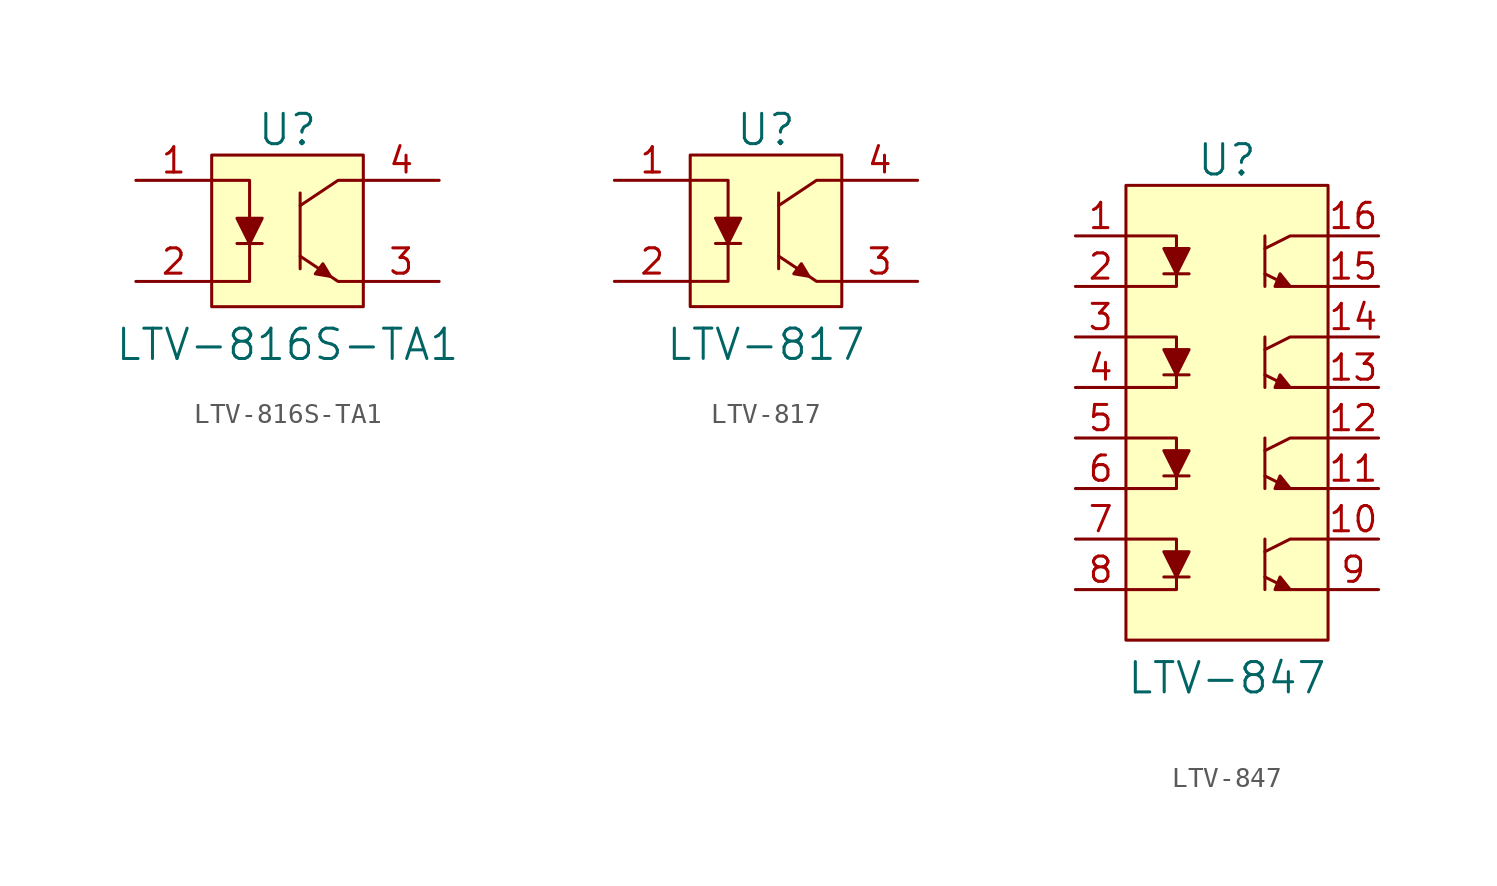
<source format=kicad_sym>
(kicad_symbol_lib
  (version 20231120)
  (generator "kicad_symbol_editor")
  (generator_version "8.0")
  (symbol "LTV-816S-TA1"
    (pin_names
      (offset 1.016))
    (property "Reference" "U"
      (at 0 5.08 0)
      (effects (font (size 1.524 1.524))))
    (property "Value" "LTV-816S-TA1"
      (at 0 -5.715 0)
      (effects (font (size 1.524 1.524))))
    (symbol "LTV-816S-TA1_0_1"
      (rectangle (start -3.81 3.81) (end 3.81 -3.81) (stroke (width 0) (type default)) (fill (type background)))
      (polyline (pts (xy -2.54 -0.635) (xy -1.27 -0.635)) (stroke (width 0) (type default)) (fill (type none)))
      (polyline (pts (xy 0.635 1.905) (xy 0.635 -1.905)) (stroke (width 0) (type default)) (fill (type none)))
      (polyline (pts (xy -3.81 -2.54) (xy -1.905 -2.54) (xy -1.905 -0.635)) (stroke (width 0) (type default)) (fill (type none)))
      (polyline (pts (xy -3.81 2.54) (xy -1.905 2.54) (xy -1.905 0.635)) (stroke (width 0) (type default)) (fill (type none)))
      (polyline (pts (xy 0.635 -1.27) (xy 2.54 -2.54) (xy 3.81 -2.54)) (stroke (width 0) (type default)) (fill (type none)))
      (polyline (pts (xy 0.635 1.27) (xy 2.54 2.54) (xy 3.81 2.54)) (stroke (width 0) (type default)) (fill (type none)))
      (polyline (pts (xy -2.54 0.635) (xy -1.27 0.635) (xy -1.905 -0.635) (xy -2.54 0.635)) (stroke (width 0) (type default)) (fill (type outline)))
      (polyline (pts (xy 2.159 -2.286) (xy 1.778 -1.651) (xy 1.397 -2.159) (xy 2.159 -2.286)) (stroke (width 0) (type default)) (fill (type outline))))
    (symbol "LTV-816S-TA1_1_1"
      (pin passive line (at -7.62 2.54 0) (length 3.81) (name "~" (effects (font (size 1.27 1.27)))) (number "1" (effects (font (size 1.27 1.27)))))
      (pin passive line (at -7.62 -2.54 0) (length 3.81) (name "~" (effects (font (size 1.27 1.27)))) (number "2" (effects (font (size 1.27 1.27)))))
      (pin passive line (at 7.62 -2.54 180) (length 3.81) (name "~" (effects (font (size 1.27 1.27)))) (number "3" (effects (font (size 1.27 1.27)))))
      (pin passive line (at 7.62 2.54 180) (length 3.81) (name "~" (effects (font (size 1.27 1.27)))) (number "4" (effects (font (size 1.27 1.27)))))))
  (symbol "LTV-817"
    (pin_names
      (offset 1.016))
    (property "Reference" "U"
      (at 0 5.08 0)
      (effects (font (size 1.524 1.524))))
    (property "Value" "LTV-817"
      (at 0 -5.715 0)
      (effects (font (size 1.524 1.524))))
    (symbol "LTV-817_0_1"
      (rectangle (start -3.81 3.81) (end 3.81 -3.81) (stroke (width 0) (type default)) (fill (type background)))
      (polyline (pts (xy -2.54 -0.635) (xy -1.27 -0.635)) (stroke (width 0) (type default)) (fill (type none)))
      (polyline (pts (xy 0.635 1.905) (xy 0.635 -1.905)) (stroke (width 0) (type default)) (fill (type none)))
      (polyline (pts (xy -3.81 -2.54) (xy -1.905 -2.54) (xy -1.905 -0.635)) (stroke (width 0) (type default)) (fill (type none)))
      (polyline (pts (xy -3.81 2.54) (xy -1.905 2.54) (xy -1.905 0.635)) (stroke (width 0) (type default)) (fill (type none)))
      (polyline (pts (xy 0.635 -1.27) (xy 2.54 -2.54) (xy 3.81 -2.54)) (stroke (width 0) (type default)) (fill (type none)))
      (polyline (pts (xy 0.635 1.27) (xy 2.54 2.54) (xy 3.81 2.54)) (stroke (width 0) (type default)) (fill (type none)))
      (polyline (pts (xy -2.54 0.635) (xy -1.27 0.635) (xy -1.905 -0.635) (xy -2.54 0.635)) (stroke (width 0) (type default)) (fill (type outline)))
      (polyline (pts (xy 2.159 -2.286) (xy 1.778 -1.651) (xy 1.397 -2.159) (xy 2.159 -2.286)) (stroke (width 0) (type default)) (fill (type outline))))
    (symbol "LTV-817_1_1"
      (pin passive line (at -7.62 2.54 0) (length 3.81) (name "~" (effects (font (size 1.27 1.27)))) (number "1" (effects (font (size 1.27 1.27)))))
      (pin passive line (at -7.62 -2.54 0) (length 3.81) (name "~" (effects (font (size 1.27 1.27)))) (number "2" (effects (font (size 1.27 1.27)))))
      (pin passive line (at 7.62 -2.54 180) (length 3.81) (name "~" (effects (font (size 1.27 1.27)))) (number "3" (effects (font (size 1.27 1.27)))))
      (pin passive line (at 7.62 2.54 180) (length 3.81) (name "~" (effects (font (size 1.27 1.27)))) (number "4" (effects (font (size 1.27 1.27)))))))
  (symbol "LTV-847"
    (pin_names
      (offset 1.016))
    (property "Reference" "U"
      (at 0 11.43 0)
      (effects (font (size 1.524 1.524))))
    (property "Value" "LTV-847"
      (at 0 -14.605 0)
      (effects (font (size 1.524 1.524))))
    (symbol "LTV-847_0_1"
      (rectangle (start -5.08 10.16) (end 5.08 -12.7) (stroke (width 0) (type default)) (fill (type background)))
      (polyline (pts (xy -3.175 -9.525) (xy -1.905 -9.525)) (stroke (width 0) (type default)) (fill (type none)))
      (polyline (pts (xy -3.175 -4.445) (xy -1.905 -4.445)) (stroke (width 0) (type default)) (fill (type none)))
      (polyline (pts (xy -3.175 0.635) (xy -1.905 0.635)) (stroke (width 0) (type default)) (fill (type none)))
      (polyline (pts (xy -3.175 5.715) (xy -1.905 5.715)) (stroke (width 0) (type default)) (fill (type none)))
      (polyline (pts (xy 1.905 -7.62) (xy 1.905 -10.16)) (stroke (width 0) (type default)) (fill (type none)))
      (polyline (pts (xy 1.905 -2.54) (xy 1.905 -5.08)) (stroke (width 0) (type default)) (fill (type none)))
      (polyline (pts (xy 1.905 2.54) (xy 1.905 0)) (stroke (width 0) (type default)) (fill (type none)))
      (polyline (pts (xy 1.905 7.62) (xy 1.905 5.08)) (stroke (width 0) (type default)) (fill (type none)))
      (polyline (pts (xy -5.08 -10.16) (xy -2.54 -10.16) (xy -2.54 -9.525)) (stroke (width 0) (type default)) (fill (type none)))
      (polyline (pts (xy -5.08 -7.62) (xy -2.54 -7.62) (xy -2.54 -8.255)) (stroke (width 0) (type default)) (fill (type none)))
      (polyline (pts (xy -5.08 -5.08) (xy -2.54 -5.08) (xy -2.54 -4.445)) (stroke (width 0) (type default)) (fill (type none)))
      (polyline (pts (xy -5.08 -2.54) (xy -2.54 -2.54) (xy -2.54 -3.175)) (stroke (width 0) (type default)) (fill (type none)))
      (polyline (pts (xy -5.08 0) (xy -2.54 0) (xy -2.54 0.635)) (stroke (width 0) (type default)) (fill (type none)))
      (polyline (pts (xy -5.08 2.54) (xy -2.54 2.54) (xy -2.54 1.905)) (stroke (width 0) (type default)) (fill (type none)))
      (polyline (pts (xy -5.08 5.08) (xy -2.54 5.08) (xy -2.54 5.715)) (stroke (width 0) (type default)) (fill (type none)))
      (polyline (pts (xy -5.08 7.62) (xy -2.54 7.62) (xy -2.54 6.985)) (stroke (width 0) (type default)) (fill (type none)))
      (polyline (pts (xy 1.905 -9.525) (xy 3.175 -10.16) (xy 5.08 -10.16)) (stroke (width 0) (type default)) (fill (type none)))
      (polyline (pts (xy 1.905 -8.255) (xy 3.175 -7.62) (xy 5.08 -7.62)) (stroke (width 0) (type default)) (fill (type none)))
      (polyline (pts (xy 1.905 -4.445) (xy 3.175 -5.08) (xy 5.08 -5.08)) (stroke (width 0) (type default)) (fill (type none)))
      (polyline (pts (xy 1.905 -3.175) (xy 3.175 -2.54) (xy 5.08 -2.54)) (stroke (width 0) (type default)) (fill (type none)))
      (polyline (pts (xy 1.905 0.635) (xy 3.175 0) (xy 5.08 0)) (stroke (width 0) (type default)) (fill (type none)))
      (polyline (pts (xy 1.905 1.905) (xy 3.175 2.54) (xy 5.08 2.54)) (stroke (width 0) (type default)) (fill (type none)))
      (polyline (pts (xy 1.905 5.715) (xy 3.175 5.08) (xy 5.08 5.08)) (stroke (width 0) (type default)) (fill (type none)))
      (polyline (pts (xy 1.905 6.985) (xy 3.175 7.62) (xy 5.08 7.62)) (stroke (width 0) (type default)) (fill (type none)))
      (polyline (pts (xy -3.175 -8.255) (xy -1.905 -8.255) (xy -2.54 -9.525) (xy -3.175 -8.255)) (stroke (width 0) (type default)) (fill (type outline)))
      (polyline (pts (xy -3.175 -3.175) (xy -1.905 -3.175) (xy -2.54 -4.445) (xy -3.175 -3.175)) (stroke (width 0) (type default)) (fill (type outline)))
      (polyline (pts (xy -3.175 1.905) (xy -1.905 1.905) (xy -2.54 0.635) (xy -3.175 1.905)) (stroke (width 0) (type default)) (fill (type outline)))
      (polyline (pts (xy -3.175 6.985) (xy -1.905 6.985) (xy -2.54 5.715) (xy -3.175 6.985)) (stroke (width 0) (type default)) (fill (type outline)))
      (polyline (pts (xy 3.175 -10.16) (xy 2.667 -9.525) (xy 2.413 -10.16) (xy 3.175 -10.16)) (stroke (width 0) (type default)) (fill (type outline)))
      (polyline (pts (xy 3.175 -5.08) (xy 2.667 -4.445) (xy 2.413 -5.08) (xy 3.175 -5.08)) (stroke (width 0) (type default)) (fill (type outline)))
      (polyline (pts (xy 3.175 0) (xy 2.667 0.635) (xy 2.413 0) (xy 3.175 0)) (stroke (width 0) (type default)) (fill (type outline)))
      (polyline (pts (xy 3.175 5.08) (xy 2.667 5.715) (xy 2.413 5.08) (xy 3.175 5.08)) (stroke (width 0) (type default)) (fill (type outline))))
    (symbol "LTV-847_1_1"
      (pin passive line (at -7.62 7.62 0) (length 2.54) (name "~" (effects (font (size 1.27 1.27)))) (number "1" (effects (font (size 1.27 1.27)))))
      (pin passive line (at 7.62 -7.62 180) (length 2.54) (name "~" (effects (font (size 1.27 1.27)))) (number "10" (effects (font (size 1.27 1.27)))))
      (pin passive line (at 7.62 -5.08 180) (length 2.54) (name "~" (effects (font (size 1.27 1.27)))) (number "11" (effects (font (size 1.27 1.27)))))
      (pin passive line (at 7.62 -2.54 180) (length 2.54) (name "~" (effects (font (size 1.27 1.27)))) (number "12" (effects (font (size 1.27 1.27)))))
      (pin passive line (at 7.62 0 180) (length 2.54) (name "~" (effects (font (size 1.27 1.27)))) (number "13" (effects (font (size 1.27 1.27)))))
      (pin passive line (at 7.62 2.54 180) (length 2.54) (name "~" (effects (font (size 1.27 1.27)))) (number "14" (effects (font (size 1.27 1.27)))))
      (pin passive line (at 7.62 5.08 180) (length 2.54) (name "~" (effects (font (size 1.27 1.27)))) (number "15" (effects (font (size 1.27 1.27)))))
      (pin passive line (at 7.62 7.62 180) (length 2.54) (name "~" (effects (font (size 1.27 1.27)))) (number "16" (effects (font (size 1.27 1.27)))))
      (pin passive line (at -7.62 5.08 0) (length 2.54) (name "~" (effects (font (size 1.27 1.27)))) (number "2" (effects (font (size 1.27 1.27)))))
      (pin passive line (at -7.62 2.54 0) (length 2.54) (name "~" (effects (font (size 1.27 1.27)))) (number "3" (effects (font (size 1.27 1.27)))))
      (pin passive line (at -7.62 0 0) (length 2.54) (name "~" (effects (font (size 1.27 1.27)))) (number "4" (effects (font (size 1.27 1.27)))))
      (pin passive line (at -7.62 -2.54 0) (length 2.54) (name "~" (effects (font (size 1.27 1.27)))) (number "5" (effects (font (size 1.27 1.27)))))
      (pin passive line (at -7.62 -5.08 0) (length 2.54) (name "~" (effects (font (size 1.27 1.27)))) (number "6" (effects (font (size 1.27 1.27)))))
      (pin passive line (at -7.62 -7.62 0) (length 2.54) (name "~" (effects (font (size 1.27 1.27)))) (number "7" (effects (font (size 1.27 1.27)))))
      (pin passive line (at -7.62 -10.16 0) (length 2.54) (name "~" (effects (font (size 1.27 1.27)))) (number "8" (effects (font (size 1.27 1.27)))))
      (pin passive line (at 7.62 -10.16 180) (length 2.54) (name "~" (effects (font (size 1.27 1.27)))) (number "9" (effects (font (size 1.27 1.27))))))))
</source>
